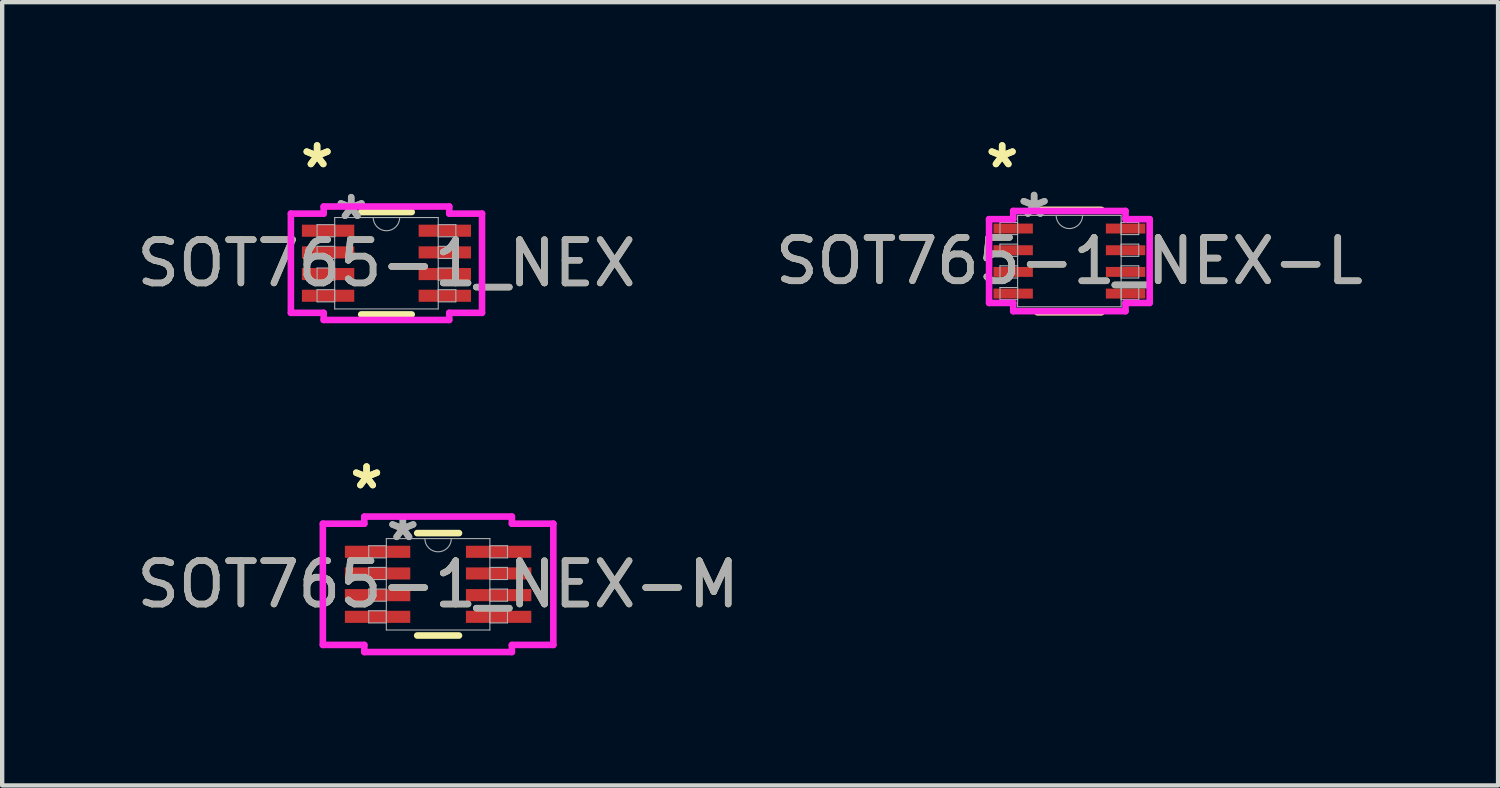
<source format=kicad_pcb>
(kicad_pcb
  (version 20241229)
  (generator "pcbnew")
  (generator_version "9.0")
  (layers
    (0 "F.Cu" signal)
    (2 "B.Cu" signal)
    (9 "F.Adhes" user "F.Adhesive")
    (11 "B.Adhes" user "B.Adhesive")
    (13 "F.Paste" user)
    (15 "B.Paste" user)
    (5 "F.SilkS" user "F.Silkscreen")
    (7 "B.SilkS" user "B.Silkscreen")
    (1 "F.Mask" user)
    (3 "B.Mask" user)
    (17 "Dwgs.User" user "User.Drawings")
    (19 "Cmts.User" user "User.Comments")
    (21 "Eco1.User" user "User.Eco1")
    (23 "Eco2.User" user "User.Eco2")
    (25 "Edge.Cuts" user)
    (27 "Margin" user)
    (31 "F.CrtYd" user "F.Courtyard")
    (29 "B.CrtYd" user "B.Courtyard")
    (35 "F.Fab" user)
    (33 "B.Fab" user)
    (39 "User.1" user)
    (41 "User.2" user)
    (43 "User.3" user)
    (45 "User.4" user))
  (footprint "SOT765-1_NEX-L"
    (layer "F.Cu")
    (at 21.613 2.971)
    (property "Reference" "SOT765-1_NEX-L" (at 0 0 0) (unlocked yes) (layer "F.SilkS") (effects (font (size 1 1) (thickness 0.15))))
    (attr smd)
    (fp_line (start -0.739 1.181) (end 0.739 1.181) (stroke (width 0.152) (type solid)) (layer "F.SilkS"))
    (fp_line (start 0.739 -1.181) (end -0.739 -1.181) (stroke (width 0.152) (type solid)) (layer "F.SilkS"))
    (fp_line (start -1.852 -0.966) (end -1.295 -0.966) (stroke (width 0.152) (type solid)) (layer "F.CrtYd"))
    (fp_line (start -1.852 0.966) (end -1.852 -0.966) (stroke (width 0.152) (type solid)) (layer "F.CrtYd"))
    (fp_line (start -1.852 0.966) (end -1.295 0.966) (stroke (width 0.152) (type solid)) (layer "F.CrtYd"))
    (fp_line (start -1.295 -1.156) (end 1.295 -1.156) (stroke (width 0.152) (type solid)) (layer "F.CrtYd"))
    (fp_line (start -1.295 -0.966) (end -1.295 -1.156) (stroke (width 0.152) (type solid)) (layer "F.CrtYd"))
    (fp_line (start -1.295 1.156) (end -1.295 0.966) (stroke (width 0.152) (type solid)) (layer "F.CrtYd"))
    (fp_line (start 1.295 -1.156) (end 1.295 -0.966) (stroke (width 0.152) (type solid)) (layer "F.CrtYd"))
    (fp_line (start 1.295 0.966) (end 1.295 1.156) (stroke (width 0.152) (type solid)) (layer "F.CrtYd"))
    (fp_line (start 1.295 1.156) (end -1.295 1.156) (stroke (width 0.152) (type solid)) (layer "F.CrtYd"))
    (fp_line (start 1.852 -0.966) (end 1.295 -0.966) (stroke (width 0.152) (type solid)) (layer "F.CrtYd"))
    (fp_line (start 1.852 -0.966) (end 1.852 0.966) (stroke (width 0.152) (type solid)) (layer "F.CrtYd"))
    (fp_line (start 1.852 0.966) (end 1.295 0.966) (stroke (width 0.152) (type solid)) (layer "F.CrtYd"))
    (fp_line (start -1.6 -0.89) (end -1.6 -0.61) (stroke (width 0.025) (type solid)) (layer "F.Fab"))
    (fp_line (start -1.6 -0.61) (end -1.194 -0.61) (stroke (width 0.025) (type solid)) (layer "F.Fab"))
    (fp_line (start -1.6 -0.39) (end -1.6 -0.11) (stroke (width 0.025) (type solid)) (layer "F.Fab"))
    (fp_line (start -1.6 -0.11) (end -1.194 -0.11) (stroke (width 0.025) (type solid)) (layer "F.Fab"))
    (fp_line (start -1.6 0.11) (end -1.6 0.39) (stroke (width 0.025) (type solid)) (layer "F.Fab"))
    (fp_line (start -1.6 0.39) (end -1.194 0.39) (stroke (width 0.025) (type solid)) (layer "F.Fab"))
    (fp_line (start -1.6 0.61) (end -1.6 0.89) (stroke (width 0.025) (type solid)) (layer "F.Fab"))
    (fp_line (start -1.6 0.89) (end -1.194 0.89) (stroke (width 0.025) (type solid)) (layer "F.Fab"))
    (fp_line (start -1.194 -1.054) (end -1.194 1.054) (stroke (width 0.025) (type solid)) (layer "F.Fab"))
    (fp_line (start -1.194 -0.89) (end -1.6 -0.89) (stroke (width 0.025) (type solid)) (layer "F.Fab"))
    (fp_line (start -1.194 -0.61) (end -1.194 -0.89) (stroke (width 0.025) (type solid)) (layer "F.Fab"))
    (fp_line (start -1.194 -0.39) (end -1.6 -0.39) (stroke (width 0.025) (type solid)) (layer "F.Fab"))
    (fp_line (start -1.194 -0.11) (end -1.194 -0.39) (stroke (width 0.025) (type solid)) (layer "F.Fab"))
    (fp_line (start -1.194 0.11) (end -1.6 0.11) (stroke (width 0.025) (type solid)) (layer "F.Fab"))
    (fp_line (start -1.194 0.39) (end -1.194 0.11) (stroke (width 0.025) (type solid)) (layer "F.Fab"))
    (fp_line (start -1.194 0.61) (end -1.6 0.61) (stroke (width 0.025) (type solid)) (layer "F.Fab"))
    (fp_line (start -1.194 0.89) (end -1.194 0.61) (stroke (width 0.025) (type solid)) (layer "F.Fab"))
    (fp_line (start -1.194 1.054) (end 1.194 1.054) (stroke (width 0.025) (type solid)) (layer "F.Fab"))
    (fp_line (start 1.194 -1.054) (end -1.194 -1.054) (stroke (width 0.025) (type solid)) (layer "F.Fab"))
    (fp_line (start 1.194 -0.89) (end 1.194 -0.61) (stroke (width 0.025) (type solid)) (layer "F.Fab"))
    (fp_line (start 1.194 -0.61) (end 1.6 -0.61) (stroke (width 0.025) (type solid)) (layer "F.Fab"))
    (fp_line (start 1.194 -0.39) (end 1.194 -0.11) (stroke (width 0.025) (type solid)) (layer "F.Fab"))
    (fp_line (start 1.194 -0.11) (end 1.6 -0.11) (stroke (width 0.025) (type solid)) (layer "F.Fab"))
    (fp_line (start 1.194 0.11) (end 1.194 0.39) (stroke (width 0.025) (type solid)) (layer "F.Fab"))
    (fp_line (start 1.194 0.39) (end 1.6 0.39) (stroke (width 0.025) (type solid)) (layer "F.Fab"))
    (fp_line (start 1.194 0.61) (end 1.194 0.89) (stroke (width 0.025) (type solid)) (layer "F.Fab"))
    (fp_line (start 1.194 0.89) (end 1.6 0.89) (stroke (width 0.025) (type solid)) (layer "F.Fab"))
    (fp_line (start 1.194 1.054) (end 1.194 -1.054) (stroke (width 0.025) (type solid)) (layer "F.Fab"))
    (fp_line (start 1.6 -0.89) (end 1.194 -0.89) (stroke (width 0.025) (type solid)) (layer "F.Fab"))
    (fp_line (start 1.6 -0.61) (end 1.6 -0.89) (stroke (width 0.025) (type solid)) (layer "F.Fab"))
    (fp_line (start 1.6 -0.39) (end 1.194 -0.39) (stroke (width 0.025) (type solid)) (layer "F.Fab"))
    (fp_line (start 1.6 -0.11) (end 1.6 -0.39) (stroke (width 0.025) (type solid)) (layer "F.Fab"))
    (fp_line (start 1.6 0.11) (end 1.194 0.11) (stroke (width 0.025) (type solid)) (layer "F.Fab"))
    (fp_line (start 1.6 0.39) (end 1.6 0.11) (stroke (width 0.025) (type solid)) (layer "F.Fab"))
    (fp_line (start 1.6 0.61) (end 1.194 0.61) (stroke (width 0.025) (type solid)) (layer "F.Fab"))
    (fp_line (start 1.6 0.89) (end 1.6 0.61) (stroke (width 0.025) (type solid)) (layer "F.Fab"))
    (fp_arc (start 0.3048 -1.0541) (mid 0 -0.7493) (end -0.3048 -1.0541) (stroke (width 0.0254) (type solid)) (layer "F.Fab"))
    (fp_text user "*" (at -1.55 -2.122 0) (unlocked yes) (layer "F.SilkS") (effects (font (size 1 1) (thickness 0.15))))
    (fp_text user "*" (at -1.55 -2.122 0) (layer "F.SilkS") (effects (font (size 1 1) (thickness 0.15))))
    (fp_text user "*" (at -0.813 -0.978 0) (unlocked yes) (layer "F.Fab") (effects (font (size 1 1) (thickness 0.15))))
    (fp_text user "*" (at -0.813 -0.978 0) (layer "F.Fab") (effects (font (size 1 1) (thickness 0.15))))
    (fp_text user "${REFERENCE}" (at 0 0 0) (unlocked yes) (layer "F.Fab") (effects (font (size 1 1) (thickness 0.15))))
    (pad "1" smd rect (at -1.296 -0.75) (size 0.908 0.229) (layers "F.Cu" "F.Mask" "F.Paste"))
    (pad "2" smd rect (at -1.296 -0.25) (size 0.908 0.229) (layers "F.Cu" "F.Mask" "F.Paste"))
    (pad "3" smd rect (at -1.296 0.25) (size 0.908 0.229) (layers "F.Cu" "F.Mask" "F.Paste"))
    (pad "4" smd rect (at -1.296 0.75) (size 0.908 0.229) (layers "F.Cu" "F.Mask" "F.Paste"))
    (pad "5" smd rect (at 1.296 0.75) (size 0.908 0.229) (layers "F.Cu" "F.Mask" "F.Paste"))
    (pad "6" smd rect (at 1.296 0.25) (size 0.908 0.229) (layers "F.Cu" "F.Mask" "F.Paste"))
    (pad "7" smd rect (at 1.296 -0.25) (size 0.908 0.229) (layers "F.Cu" "F.Mask" "F.Paste"))
    (pad "8" smd rect (at 1.296 -0.75) (size 0.908 0.229) (layers "F.Cu" "F.Mask" "F.Paste")))
  (footprint "SOT765-1_NEX-M"
    (layer "F.Cu")
    (at 7.054 10.426)
    (property "Reference" "SOT765-1_NEX-M" (at 0 0 0) (unlocked yes) (layer "F.SilkS") (effects (font (size 1 1) (thickness 0.15))))
    (attr smd)
    (fp_line (start -0.482 1.181) (end 0.482 1.181) (stroke (width 0.152) (type solid)) (layer "F.SilkS"))
    (fp_line (start 0.482 -1.181) (end -0.482 -1.181) (stroke (width 0.152) (type solid)) (layer "F.SilkS"))
    (fp_line (start -2.658 -1.398) (end -1.702 -1.398) (stroke (width 0.152) (type solid)) (layer "F.CrtYd"))
    (fp_line (start -2.658 1.398) (end -2.658 -1.398) (stroke (width 0.152) (type solid)) (layer "F.CrtYd"))
    (fp_line (start -2.658 1.398) (end -1.702 1.398) (stroke (width 0.152) (type solid)) (layer "F.CrtYd"))
    (fp_line (start -1.702 -1.562) (end 1.702 -1.562) (stroke (width 0.152) (type solid)) (layer "F.CrtYd"))
    (fp_line (start -1.702 -1.398) (end -1.702 -1.562) (stroke (width 0.152) (type solid)) (layer "F.CrtYd"))
    (fp_line (start -1.702 1.562) (end -1.702 1.398) (stroke (width 0.152) (type solid)) (layer "F.CrtYd"))
    (fp_line (start 1.702 -1.562) (end 1.702 -1.398) (stroke (width 0.152) (type solid)) (layer "F.CrtYd"))
    (fp_line (start 1.702 1.398) (end 1.702 1.562) (stroke (width 0.152) (type solid)) (layer "F.CrtYd"))
    (fp_line (start 1.702 1.562) (end -1.702 1.562) (stroke (width 0.152) (type solid)) (layer "F.CrtYd"))
    (fp_line (start 2.658 -1.398) (end 1.702 -1.398) (stroke (width 0.152) (type solid)) (layer "F.CrtYd"))
    (fp_line (start 2.658 -1.398) (end 2.658 1.398) (stroke (width 0.152) (type solid)) (layer "F.CrtYd"))
    (fp_line (start 2.658 1.398) (end 1.702 1.398) (stroke (width 0.152) (type solid)) (layer "F.CrtYd"))
    (fp_line (start -1.6 -0.89) (end -1.6 -0.61) (stroke (width 0.025) (type solid)) (layer "F.Fab"))
    (fp_line (start -1.6 -0.61) (end -1.194 -0.61) (stroke (width 0.025) (type solid)) (layer "F.Fab"))
    (fp_line (start -1.6 -0.39) (end -1.6 -0.11) (stroke (width 0.025) (type solid)) (layer "F.Fab"))
    (fp_line (start -1.6 -0.11) (end -1.194 -0.11) (stroke (width 0.025) (type solid)) (layer "F.Fab"))
    (fp_line (start -1.6 0.11) (end -1.6 0.39) (stroke (width 0.025) (type solid)) (layer "F.Fab"))
    (fp_line (start -1.6 0.39) (end -1.194 0.39) (stroke (width 0.025) (type solid)) (layer "F.Fab"))
    (fp_line (start -1.6 0.61) (end -1.6 0.89) (stroke (width 0.025) (type solid)) (layer "F.Fab"))
    (fp_line (start -1.6 0.89) (end -1.194 0.89) (stroke (width 0.025) (type solid)) (layer "F.Fab"))
    (fp_line (start -1.194 -1.054) (end -1.194 1.054) (stroke (width 0.025) (type solid)) (layer "F.Fab"))
    (fp_line (start -1.194 -0.89) (end -1.6 -0.89) (stroke (width 0.025) (type solid)) (layer "F.Fab"))
    (fp_line (start -1.194 -0.61) (end -1.194 -0.89) (stroke (width 0.025) (type solid)) (layer "F.Fab"))
    (fp_line (start -1.194 -0.39) (end -1.6 -0.39) (stroke (width 0.025) (type solid)) (layer "F.Fab"))
    (fp_line (start -1.194 -0.11) (end -1.194 -0.39) (stroke (width 0.025) (type solid)) (layer "F.Fab"))
    (fp_line (start -1.194 0.11) (end -1.6 0.11) (stroke (width 0.025) (type solid)) (layer "F.Fab"))
    (fp_line (start -1.194 0.39) (end -1.194 0.11) (stroke (width 0.025) (type solid)) (layer "F.Fab"))
    (fp_line (start -1.194 0.61) (end -1.6 0.61) (stroke (width 0.025) (type solid)) (layer "F.Fab"))
    (fp_line (start -1.194 0.89) (end -1.194 0.61) (stroke (width 0.025) (type solid)) (layer "F.Fab"))
    (fp_line (start -1.194 1.054) (end 1.194 1.054) (stroke (width 0.025) (type solid)) (layer "F.Fab"))
    (fp_line (start 1.194 -1.054) (end -1.194 -1.054) (stroke (width 0.025) (type solid)) (layer "F.Fab"))
    (fp_line (start 1.194 -0.89) (end 1.194 -0.61) (stroke (width 0.025) (type solid)) (layer "F.Fab"))
    (fp_line (start 1.194 -0.61) (end 1.6 -0.61) (stroke (width 0.025) (type solid)) (layer "F.Fab"))
    (fp_line (start 1.194 -0.39) (end 1.194 -0.11) (stroke (width 0.025) (type solid)) (layer "F.Fab"))
    (fp_line (start 1.194 -0.11) (end 1.6 -0.11) (stroke (width 0.025) (type solid)) (layer "F.Fab"))
    (fp_line (start 1.194 0.11) (end 1.194 0.39) (stroke (width 0.025) (type solid)) (layer "F.Fab"))
    (fp_line (start 1.194 0.39) (end 1.6 0.39) (stroke (width 0.025) (type solid)) (layer "F.Fab"))
    (fp_line (start 1.194 0.61) (end 1.194 0.89) (stroke (width 0.025) (type solid)) (layer "F.Fab"))
    (fp_line (start 1.194 0.89) (end 1.6 0.89) (stroke (width 0.025) (type solid)) (layer "F.Fab"))
    (fp_line (start 1.194 1.054) (end 1.194 -1.054) (stroke (width 0.025) (type solid)) (layer "F.Fab"))
    (fp_line (start 1.6 -0.89) (end 1.194 -0.89) (stroke (width 0.025) (type solid)) (layer "F.Fab"))
    (fp_line (start 1.6 -0.61) (end 1.6 -0.89) (stroke (width 0.025) (type solid)) (layer "F.Fab"))
    (fp_line (start 1.6 -0.39) (end 1.194 -0.39) (stroke (width 0.025) (type solid)) (layer "F.Fab"))
    (fp_line (start 1.6 -0.11) (end 1.6 -0.39) (stroke (width 0.025) (type solid)) (layer "F.Fab"))
    (fp_line (start 1.6 0.11) (end 1.194 0.11) (stroke (width 0.025) (type solid)) (layer "F.Fab"))
    (fp_line (start 1.6 0.39) (end 1.6 0.11) (stroke (width 0.025) (type solid)) (layer "F.Fab"))
    (fp_line (start 1.6 0.61) (end 1.194 0.61) (stroke (width 0.025) (type solid)) (layer "F.Fab"))
    (fp_line (start 1.6 0.89) (end 1.6 0.61) (stroke (width 0.025) (type solid)) (layer "F.Fab"))
    (fp_arc (start 0.3048 -1.0541) (mid 0 -0.7493) (end -0.3048 -1.0541) (stroke (width 0.0254) (type solid)) (layer "F.Fab"))
    (fp_text user "*" (at -1.65 -2.172 0) (unlocked yes) (layer "F.SilkS") (effects (font (size 1 1) (thickness 0.15))))
    (fp_text user "*" (at -1.65 -2.172 0) (layer "F.SilkS") (effects (font (size 1 1) (thickness 0.15))))
    (fp_text user "${REFERENCE}" (at 0 0 0) (unlocked yes) (layer "F.Fab") (effects (font (size 1 1) (thickness 0.15))))
    (fp_text user "*" (at -0.813 -0.978 0) (layer "F.Fab") (effects (font (size 1 1) (thickness 0.15))))
    (fp_text user "*" (at -0.813 -0.978 0) (unlocked yes) (layer "F.Fab") (effects (font (size 1 1) (thickness 0.15))))
    (pad "1" smd rect (at -1.396 -0.75) (size 1.508 0.279) (layers "F.Cu" "F.Mask" "F.Paste"))
    (pad "2" smd rect (at -1.396 -0.25) (size 1.508 0.279) (layers "F.Cu" "F.Mask" "F.Paste"))
    (pad "3" smd rect (at -1.396 0.25) (size 1.508 0.279) (layers "F.Cu" "F.Mask" "F.Paste"))
    (pad "4" smd rect (at -1.396 0.75) (size 1.508 0.279) (layers "F.Cu" "F.Mask" "F.Paste"))
    (pad "5" smd rect (at 1.396 0.75) (size 1.508 0.279) (layers "F.Cu" "F.Mask" "F.Paste"))
    (pad "6" smd rect (at 1.396 0.25) (size 1.508 0.279) (layers "F.Cu" "F.Mask" "F.Paste"))
    (pad "7" smd rect (at 1.396 -0.25) (size 1.508 0.279) (layers "F.Cu" "F.Mask" "F.Paste"))
    (pad "8" smd rect (at 1.396 -0.75) (size 1.508 0.279) (layers "F.Cu" "F.Mask" "F.Paste")))
  (footprint "SOT765-1_NEX"
    (layer "F.Cu")
    (at 5.863 3.021)
    (property "Reference" "SOT765-1_NEX" (at 0 0 0) (unlocked yes) (layer "F.SilkS") (effects (font (size 1 1) (thickness 0.15))))
    (attr smd)
    (fp_line (start -0.582 1.181) (end 0.582 1.181) (stroke (width 0.152) (type solid)) (layer "F.SilkS"))
    (fp_line (start 0.582 -1.181) (end -0.582 -1.181) (stroke (width 0.152) (type solid)) (layer "F.SilkS"))
    (fp_line (start -2.204 -1.144) (end -1.448 -1.144) (stroke (width 0.152) (type solid)) (layer "F.CrtYd"))
    (fp_line (start -2.204 1.144) (end -2.204 -1.144) (stroke (width 0.152) (type solid)) (layer "F.CrtYd"))
    (fp_line (start -2.204 1.144) (end -1.448 1.144) (stroke (width 0.152) (type solid)) (layer "F.CrtYd"))
    (fp_line (start -1.448 -1.308) (end 1.448 -1.308) (stroke (width 0.152) (type solid)) (layer "F.CrtYd"))
    (fp_line (start -1.448 -1.144) (end -1.448 -1.308) (stroke (width 0.152) (type solid)) (layer "F.CrtYd"))
    (fp_line (start -1.448 1.308) (end -1.448 1.144) (stroke (width 0.152) (type solid)) (layer "F.CrtYd"))
    (fp_line (start 1.448 -1.308) (end 1.448 -1.144) (stroke (width 0.152) (type solid)) (layer "F.CrtYd"))
    (fp_line (start 1.448 1.144) (end 1.448 1.308) (stroke (width 0.152) (type solid)) (layer "F.CrtYd"))
    (fp_line (start 1.448 1.308) (end -1.448 1.308) (stroke (width 0.152) (type solid)) (layer "F.CrtYd"))
    (fp_line (start 2.204 -1.144) (end 1.448 -1.144) (stroke (width 0.152) (type solid)) (layer "F.CrtYd"))
    (fp_line (start 2.204 -1.144) (end 2.204 1.144) (stroke (width 0.152) (type solid)) (layer "F.CrtYd"))
    (fp_line (start 2.204 1.144) (end 1.448 1.144) (stroke (width 0.152) (type solid)) (layer "F.CrtYd"))
    (fp_line (start -1.6 -0.89) (end -1.6 -0.61) (stroke (width 0.025) (type solid)) (layer "F.Fab"))
    (fp_line (start -1.6 -0.61) (end -1.194 -0.61) (stroke (width 0.025) (type solid)) (layer "F.Fab"))
    (fp_line (start -1.6 -0.39) (end -1.6 -0.11) (stroke (width 0.025) (type solid)) (layer "F.Fab"))
    (fp_line (start -1.6 -0.11) (end -1.194 -0.11) (stroke (width 0.025) (type solid)) (layer "F.Fab"))
    (fp_line (start -1.6 0.11) (end -1.6 0.39) (stroke (width 0.025) (type solid)) (layer "F.Fab"))
    (fp_line (start -1.6 0.39) (end -1.194 0.39) (stroke (width 0.025) (type solid)) (layer "F.Fab"))
    (fp_line (start -1.6 0.61) (end -1.6 0.89) (stroke (width 0.025) (type solid)) (layer "F.Fab"))
    (fp_line (start -1.6 0.89) (end -1.194 0.89) (stroke (width 0.025) (type solid)) (layer "F.Fab"))
    (fp_line (start -1.194 -1.054) (end -1.194 1.054) (stroke (width 0.025) (type solid)) (layer "F.Fab"))
    (fp_line (start -1.194 -0.89) (end -1.6 -0.89) (stroke (width 0.025) (type solid)) (layer "F.Fab"))
    (fp_line (start -1.194 -0.61) (end -1.194 -0.89) (stroke (width 0.025) (type solid)) (layer "F.Fab"))
    (fp_line (start -1.194 -0.39) (end -1.6 -0.39) (stroke (width 0.025) (type solid)) (layer "F.Fab"))
    (fp_line (start -1.194 -0.11) (end -1.194 -0.39) (stroke (width 0.025) (type solid)) (layer "F.Fab"))
    (fp_line (start -1.194 0.11) (end -1.6 0.11) (stroke (width 0.025) (type solid)) (layer "F.Fab"))
    (fp_line (start -1.194 0.39) (end -1.194 0.11) (stroke (width 0.025) (type solid)) (layer "F.Fab"))
    (fp_line (start -1.194 0.61) (end -1.6 0.61) (stroke (width 0.025) (type solid)) (layer "F.Fab"))
    (fp_line (start -1.194 0.89) (end -1.194 0.61) (stroke (width 0.025) (type solid)) (layer "F.Fab"))
    (fp_line (start -1.194 1.054) (end 1.194 1.054) (stroke (width 0.025) (type solid)) (layer "F.Fab"))
    (fp_line (start 1.194 -1.054) (end -1.194 -1.054) (stroke (width 0.025) (type solid)) (layer "F.Fab"))
    (fp_line (start 1.194 -0.89) (end 1.194 -0.61) (stroke (width 0.025) (type solid)) (layer "F.Fab"))
    (fp_line (start 1.194 -0.61) (end 1.6 -0.61) (stroke (width 0.025) (type solid)) (layer "F.Fab"))
    (fp_line (start 1.194 -0.39) (end 1.194 -0.11) (stroke (width 0.025) (type solid)) (layer "F.Fab"))
    (fp_line (start 1.194 -0.11) (end 1.6 -0.11) (stroke (width 0.025) (type solid)) (layer "F.Fab"))
    (fp_line (start 1.194 0.11) (end 1.194 0.39) (stroke (width 0.025) (type solid)) (layer "F.Fab"))
    (fp_line (start 1.194 0.39) (end 1.6 0.39) (stroke (width 0.025) (type solid)) (layer "F.Fab"))
    (fp_line (start 1.194 0.61) (end 1.194 0.89) (stroke (width 0.025) (type solid)) (layer "F.Fab"))
    (fp_line (start 1.194 0.89) (end 1.6 0.89) (stroke (width 0.025) (type solid)) (layer "F.Fab"))
    (fp_line (start 1.194 1.054) (end 1.194 -1.054) (stroke (width 0.025) (type solid)) (layer "F.Fab"))
    (fp_line (start 1.6 -0.89) (end 1.194 -0.89) (stroke (width 0.025) (type solid)) (layer "F.Fab"))
    (fp_line (start 1.6 -0.61) (end 1.6 -0.89) (stroke (width 0.025) (type solid)) (layer "F.Fab"))
    (fp_line (start 1.6 -0.39) (end 1.194 -0.39) (stroke (width 0.025) (type solid)) (layer "F.Fab"))
    (fp_line (start 1.6 -0.11) (end 1.6 -0.39) (stroke (width 0.025) (type solid)) (layer "F.Fab"))
    (fp_line (start 1.6 0.11) (end 1.194 0.11) (stroke (width 0.025) (type solid)) (layer "F.Fab"))
    (fp_line (start 1.6 0.39) (end 1.6 0.11) (stroke (width 0.025) (type solid)) (layer "F.Fab"))
    (fp_line (start 1.6 0.61) (end 1.194 0.61) (stroke (width 0.025) (type solid)) (layer "F.Fab"))
    (fp_line (start 1.6 0.89) (end 1.6 0.61) (stroke (width 0.025) (type solid)) (layer "F.Fab"))
    (fp_arc (start 0.3048 -1.0541) (mid 0 -0.7493) (end -0.3048 -1.0541) (stroke (width 0.0254) (type solid)) (layer "F.Fab"))
    (fp_text user "*" (at -1.6 -2.172 0) (unlocked yes) (layer "F.SilkS") (effects (font (size 1 1) (thickness 0.15))))
    (fp_text user "*" (at -1.6 -2.172 0) (layer "F.SilkS") (effects (font (size 1 1) (thickness 0.15))))
    (fp_text user "*" (at -0.813 -0.978 0) (layer "F.Fab") (effects (font (size 1 1) (thickness 0.15))))
    (fp_text user "*" (at -0.813 -0.978 0) (unlocked yes) (layer "F.Fab") (effects (font (size 1 1) (thickness 0.15))))
    (fp_text user "${REFERENCE}" (at 0 0 0) (unlocked yes) (layer "F.Fab") (effects (font (size 1 1) (thickness 0.15))))
    (pad "1" smd rect (at -1.346 -0.75) (size 1.208 0.279) (layers "F.Cu" "F.Mask" "F.Paste"))
    (pad "2" smd rect (at -1.346 -0.25) (size 1.208 0.279) (layers "F.Cu" "F.Mask" "F.Paste"))
    (pad "3" smd rect (at -1.346 0.25) (size 1.208 0.279) (layers "F.Cu" "F.Mask" "F.Paste"))
    (pad "4" smd rect (at -1.346 0.75) (size 1.208 0.279) (layers "F.Cu" "F.Mask" "F.Paste"))
    (pad "5" smd rect (at 1.346 0.75) (size 1.208 0.279) (layers "F.Cu" "F.Mask" "F.Paste"))
    (pad "6" smd rect (at 1.346 0.25) (size 1.208 0.279) (layers "F.Cu" "F.Mask" "F.Paste"))
    (pad "7" smd rect (at 1.346 -0.25) (size 1.208 0.279) (layers "F.Cu" "F.Mask" "F.Paste"))
    (pad "8" smd rect (at 1.346 -0.75) (size 1.208 0.279) (layers "F.Cu" "F.Mask" "F.Paste")))
  (gr_rect
    (start -3 -3)
    (end 31.5 15.064)
    (stroke (width 0.1) (type default))
    (fill no)
    (layer "Edge.Cuts")))
</source>
